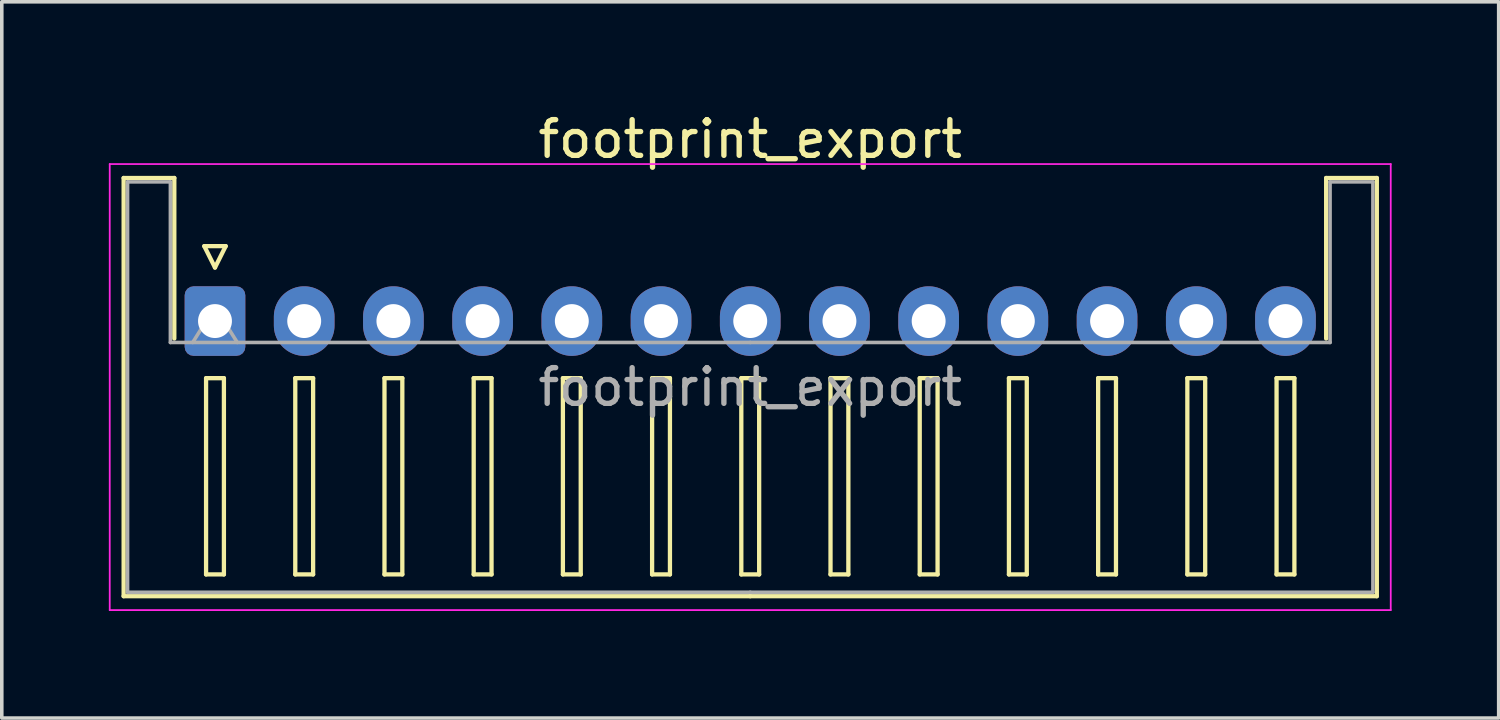
<source format=kicad_pcb>
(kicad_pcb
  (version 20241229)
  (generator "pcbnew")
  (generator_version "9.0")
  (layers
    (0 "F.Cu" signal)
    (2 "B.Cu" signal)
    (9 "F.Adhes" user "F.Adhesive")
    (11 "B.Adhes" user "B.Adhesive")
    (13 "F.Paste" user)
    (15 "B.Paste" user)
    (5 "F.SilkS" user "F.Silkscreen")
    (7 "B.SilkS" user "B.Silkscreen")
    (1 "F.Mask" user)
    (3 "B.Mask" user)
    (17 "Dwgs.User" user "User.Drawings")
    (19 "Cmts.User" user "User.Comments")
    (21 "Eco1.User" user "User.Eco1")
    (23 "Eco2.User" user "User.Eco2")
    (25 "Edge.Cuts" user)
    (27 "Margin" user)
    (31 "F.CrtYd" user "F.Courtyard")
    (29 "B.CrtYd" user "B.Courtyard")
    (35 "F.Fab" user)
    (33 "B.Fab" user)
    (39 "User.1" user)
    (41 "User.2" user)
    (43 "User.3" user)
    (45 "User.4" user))
  (footprint "footprint_export"
    (layer "F.Cu")
    (at 2.975 5.948)
    (property "Reference" "footprint_export" (at 15 -5.1 0) (layer "F.SilkS") (effects (font (size 1 1) (thickness 0.15))))
    (attr through_hole)
    (fp_line (start -2.56 -4.01) (end -1.14 -4.01) (stroke (width 0.12) (type solid)) (layer "F.SilkS"))
    (fp_line (start -2.56 7.71) (end -2.56 -4.01) (stroke (width 0.12) (type solid)) (layer "F.SilkS"))
    (fp_line (start -1.14 -4.01) (end -1.14 0.49) (stroke (width 0.12) (type solid)) (layer "F.SilkS"))
    (fp_line (start -0.3 -2.1) (end 0.3 -2.1) (stroke (width 0.12) (type solid)) (layer "F.SilkS"))
    (fp_line (start -0.25 1.6) (end -0.25 7.1) (stroke (width 0.12) (type solid)) (layer "F.SilkS"))
    (fp_line (start -0.25 7.1) (end 0.25 7.1) (stroke (width 0.12) (type solid)) (layer "F.SilkS"))
    (fp_line (start 0 -1.5) (end -0.3 -2.1) (stroke (width 0.12) (type solid)) (layer "F.SilkS"))
    (fp_line (start 0.25 1.6) (end -0.25 1.6) (stroke (width 0.12) (type solid)) (layer "F.SilkS"))
    (fp_line (start 0.25 7.1) (end 0.25 1.6) (stroke (width 0.12) (type solid)) (layer "F.SilkS"))
    (fp_line (start 0.3 -2.1) (end 0 -1.5) (stroke (width 0.12) (type solid)) (layer "F.SilkS"))
    (fp_line (start 2.25 1.6) (end 2.25 7.1) (stroke (width 0.12) (type solid)) (layer "F.SilkS"))
    (fp_line (start 2.25 7.1) (end 2.75 7.1) (stroke (width 0.12) (type solid)) (layer "F.SilkS"))
    (fp_line (start 2.75 1.6) (end 2.25 1.6) (stroke (width 0.12) (type solid)) (layer "F.SilkS"))
    (fp_line (start 2.75 7.1) (end 2.75 1.6) (stroke (width 0.12) (type solid)) (layer "F.SilkS"))
    (fp_line (start 4.75 1.6) (end 4.75 7.1) (stroke (width 0.12) (type solid)) (layer "F.SilkS"))
    (fp_line (start 4.75 7.1) (end 5.25 7.1) (stroke (width 0.12) (type solid)) (layer "F.SilkS"))
    (fp_line (start 5.25 1.6) (end 4.75 1.6) (stroke (width 0.12) (type solid)) (layer "F.SilkS"))
    (fp_line (start 5.25 7.1) (end 5.25 1.6) (stroke (width 0.12) (type solid)) (layer "F.SilkS"))
    (fp_line (start 7.25 1.6) (end 7.25 7.1) (stroke (width 0.12) (type solid)) (layer "F.SilkS"))
    (fp_line (start 7.25 7.1) (end 7.75 7.1) (stroke (width 0.12) (type solid)) (layer "F.SilkS"))
    (fp_line (start 7.75 1.6) (end 7.25 1.6) (stroke (width 0.12) (type solid)) (layer "F.SilkS"))
    (fp_line (start 7.75 7.1) (end 7.75 1.6) (stroke (width 0.12) (type solid)) (layer "F.SilkS"))
    (fp_line (start 9.75 1.6) (end 9.75 7.1) (stroke (width 0.12) (type solid)) (layer "F.SilkS"))
    (fp_line (start 9.75 7.1) (end 10.25 7.1) (stroke (width 0.12) (type solid)) (layer "F.SilkS"))
    (fp_line (start 10.25 1.6) (end 9.75 1.6) (stroke (width 0.12) (type solid)) (layer "F.SilkS"))
    (fp_line (start 10.25 7.1) (end 10.25 1.6) (stroke (width 0.12) (type solid)) (layer "F.SilkS"))
    (fp_line (start 12.25 1.6) (end 12.25 7.1) (stroke (width 0.12) (type solid)) (layer "F.SilkS"))
    (fp_line (start 12.25 7.1) (end 12.75 7.1) (stroke (width 0.12) (type solid)) (layer "F.SilkS"))
    (fp_line (start 12.75 1.6) (end 12.25 1.6) (stroke (width 0.12) (type solid)) (layer "F.SilkS"))
    (fp_line (start 12.75 7.1) (end 12.75 1.6) (stroke (width 0.12) (type solid)) (layer "F.SilkS"))
    (fp_line (start 14.75 1.6) (end 14.75 7.1) (stroke (width 0.12) (type solid)) (layer "F.SilkS"))
    (fp_line (start 14.75 7.1) (end 15.25 7.1) (stroke (width 0.12) (type solid)) (layer "F.SilkS"))
    (fp_line (start 15 7.71) (end -2.56 7.71) (stroke (width 0.12) (type solid)) (layer "F.SilkS"))
    (fp_line (start 15 7.71) (end 32.56 7.71) (stroke (width 0.12) (type solid)) (layer "F.SilkS"))
    (fp_line (start 15.25 1.6) (end 14.75 1.6) (stroke (width 0.12) (type solid)) (layer "F.SilkS"))
    (fp_line (start 15.25 7.1) (end 15.25 1.6) (stroke (width 0.12) (type solid)) (layer "F.SilkS"))
    (fp_line (start 17.25 1.6) (end 17.25 7.1) (stroke (width 0.12) (type solid)) (layer "F.SilkS"))
    (fp_line (start 17.25 7.1) (end 17.75 7.1) (stroke (width 0.12) (type solid)) (layer "F.SilkS"))
    (fp_line (start 17.75 1.6) (end 17.25 1.6) (stroke (width 0.12) (type solid)) (layer "F.SilkS"))
    (fp_line (start 17.75 7.1) (end 17.75 1.6) (stroke (width 0.12) (type solid)) (layer "F.SilkS"))
    (fp_line (start 19.75 1.6) (end 19.75 7.1) (stroke (width 0.12) (type solid)) (layer "F.SilkS"))
    (fp_line (start 19.75 7.1) (end 20.25 7.1) (stroke (width 0.12) (type solid)) (layer "F.SilkS"))
    (fp_line (start 20.25 1.6) (end 19.75 1.6) (stroke (width 0.12) (type solid)) (layer "F.SilkS"))
    (fp_line (start 20.25 7.1) (end 20.25 1.6) (stroke (width 0.12) (type solid)) (layer "F.SilkS"))
    (fp_line (start 22.25 1.6) (end 22.25 7.1) (stroke (width 0.12) (type solid)) (layer "F.SilkS"))
    (fp_line (start 22.25 7.1) (end 22.75 7.1) (stroke (width 0.12) (type solid)) (layer "F.SilkS"))
    (fp_line (start 22.75 1.6) (end 22.25 1.6) (stroke (width 0.12) (type solid)) (layer "F.SilkS"))
    (fp_line (start 22.75 7.1) (end 22.75 1.6) (stroke (width 0.12) (type solid)) (layer "F.SilkS"))
    (fp_line (start 24.75 1.6) (end 24.75 7.1) (stroke (width 0.12) (type solid)) (layer "F.SilkS"))
    (fp_line (start 24.75 7.1) (end 25.25 7.1) (stroke (width 0.12) (type solid)) (layer "F.SilkS"))
    (fp_line (start 25.25 1.6) (end 24.75 1.6) (stroke (width 0.12) (type solid)) (layer "F.SilkS"))
    (fp_line (start 25.25 7.1) (end 25.25 1.6) (stroke (width 0.12) (type solid)) (layer "F.SilkS"))
    (fp_line (start 27.25 1.6) (end 27.25 7.1) (stroke (width 0.12) (type solid)) (layer "F.SilkS"))
    (fp_line (start 27.25 7.1) (end 27.75 7.1) (stroke (width 0.12) (type solid)) (layer "F.SilkS"))
    (fp_line (start 27.75 1.6) (end 27.25 1.6) (stroke (width 0.12) (type solid)) (layer "F.SilkS"))
    (fp_line (start 27.75 7.1) (end 27.75 1.6) (stroke (width 0.12) (type solid)) (layer "F.SilkS"))
    (fp_line (start 29.75 1.6) (end 29.75 7.1) (stroke (width 0.12) (type solid)) (layer "F.SilkS"))
    (fp_line (start 29.75 7.1) (end 30.25 7.1) (stroke (width 0.12) (type solid)) (layer "F.SilkS"))
    (fp_line (start 30.25 1.6) (end 29.75 1.6) (stroke (width 0.12) (type solid)) (layer "F.SilkS"))
    (fp_line (start 30.25 7.1) (end 30.25 1.6) (stroke (width 0.12) (type solid)) (layer "F.SilkS"))
    (fp_line (start 31.14 -4.01) (end 31.14 0.49) (stroke (width 0.12) (type solid)) (layer "F.SilkS"))
    (fp_line (start 32.56 -4.01) (end 31.14 -4.01) (stroke (width 0.12) (type solid)) (layer "F.SilkS"))
    (fp_line (start 32.56 7.71) (end 32.56 -4.01) (stroke (width 0.12) (type solid)) (layer "F.SilkS"))
    (fp_line (start -2.95 -4.4) (end -2.95 8.1) (stroke (width 0.05) (type solid)) (layer "F.CrtYd"))
    (fp_line (start -2.95 8.1) (end 32.95 8.1) (stroke (width 0.05) (type solid)) (layer "F.CrtYd"))
    (fp_line (start 32.95 -4.4) (end -2.95 -4.4) (stroke (width 0.05) (type solid)) (layer "F.CrtYd"))
    (fp_line (start 32.95 8.1) (end 32.95 -4.4) (stroke (width 0.05) (type solid)) (layer "F.CrtYd"))
    (fp_line (start -2.45 -3.9) (end -1.25 -3.9) (stroke (width 0.1) (type solid)) (layer "F.Fab"))
    (fp_line (start -2.45 7.6) (end -2.45 -3.9) (stroke (width 0.1) (type solid)) (layer "F.Fab"))
    (fp_line (start -1.25 -3.9) (end -1.25 0.6) (stroke (width 0.1) (type solid)) (layer "F.Fab"))
    (fp_line (start -1.25 0.6) (end 15 0.6) (stroke (width 0.1) (type solid)) (layer "F.Fab"))
    (fp_line (start -0.625 0.6) (end 0 -0.4) (stroke (width 0.1) (type solid)) (layer "F.Fab"))
    (fp_line (start 0 -0.4) (end 0.625 0.6) (stroke (width 0.1) (type solid)) (layer "F.Fab"))
    (fp_line (start 15 7.6) (end -2.45 7.6) (stroke (width 0.1) (type solid)) (layer "F.Fab"))
    (fp_line (start 15 7.6) (end 32.45 7.6) (stroke (width 0.1) (type solid)) (layer "F.Fab"))
    (fp_line (start 31.25 -3.9) (end 31.25 0.6) (stroke (width 0.1) (type solid)) (layer "F.Fab"))
    (fp_line (start 31.25 0.6) (end 15 0.6) (stroke (width 0.1) (type solid)) (layer "F.Fab"))
    (fp_line (start 32.45 -3.9) (end 31.25 -3.9) (stroke (width 0.1) (type solid)) (layer "F.Fab"))
    (fp_line (start 32.45 7.6) (end 32.45 -3.9) (stroke (width 0.1) (type solid)) (layer "F.Fab"))
    (fp_text user "${REFERENCE}" (at 15 1.85 0) (layer "F.Fab") (effects (font (size 1 1) (thickness 0.15))))
    (pad "1" thru_hole roundrect (at 0 0) (size 1.7 1.95) (drill 0.95) (layers "*.Cu" "*.Mask") (roundrect_rratio 0.147))
    (pad "2" thru_hole oval (at 2.5 0) (size 1.7 1.95) (drill 0.95) (layers "*.Cu" "*.Mask"))
    (pad "3" thru_hole oval (at 5 0) (size 1.7 1.95) (drill 0.95) (layers "*.Cu" "*.Mask"))
    (pad "4" thru_hole oval (at 7.5 0) (size 1.7 1.95) (drill 0.95) (layers "*.Cu" "*.Mask"))
    (pad "5" thru_hole oval (at 10 0) (size 1.7 1.95) (drill 0.95) (layers "*.Cu" "*.Mask"))
    (pad "6" thru_hole oval (at 12.5 0) (size 1.7 1.95) (drill 0.95) (layers "*.Cu" "*.Mask"))
    (pad "7" thru_hole oval (at 15 0) (size 1.7 1.95) (drill 0.95) (layers "*.Cu" "*.Mask"))
    (pad "8" thru_hole oval (at 17.5 0) (size 1.7 1.95) (drill 0.95) (layers "*.Cu" "*.Mask"))
    (pad "9" thru_hole oval (at 20 0) (size 1.7 1.95) (drill 0.95) (layers "*.Cu" "*.Mask"))
    (pad "10" thru_hole oval (at 22.5 0) (size 1.7 1.95) (drill 0.95) (layers "*.Cu" "*.Mask"))
    (pad "11" thru_hole oval (at 25 0) (size 1.7 1.95) (drill 0.95) (layers "*.Cu" "*.Mask"))
    (pad "12" thru_hole oval (at 27.5 0) (size 1.7 1.95) (drill 0.95) (layers "*.Cu" "*.Mask"))
    (pad "13" thru_hole oval (at 30 0) (size 1.7 1.95) (drill 0.95) (layers "*.Cu" "*.Mask")))
  (gr_rect
    (start -3 -3)
    (end 38.95 17.073)
    (stroke (width 0.1) (type default))
    (fill no)
    (layer "Edge.Cuts")))
</source>
